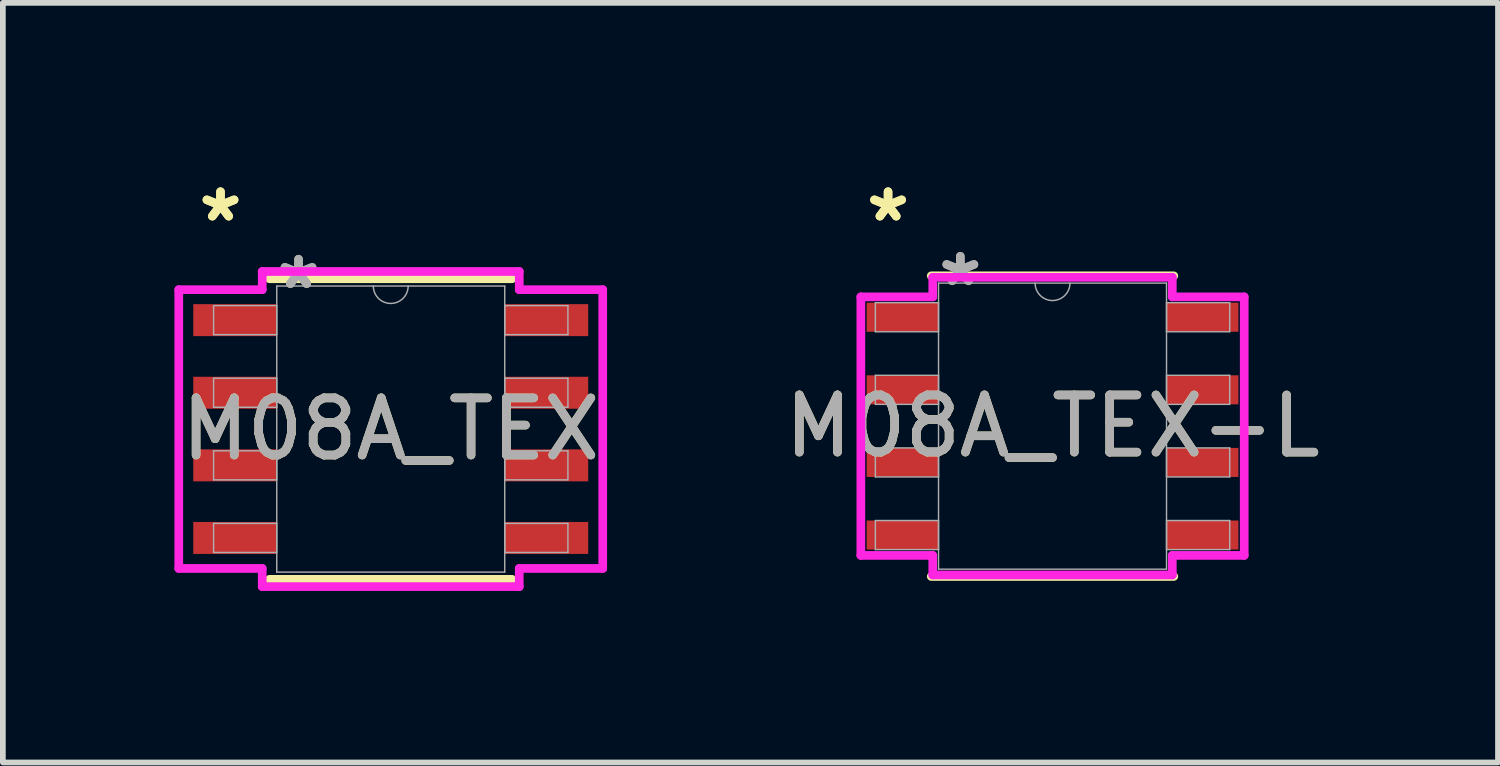
<source format=kicad_pcb>
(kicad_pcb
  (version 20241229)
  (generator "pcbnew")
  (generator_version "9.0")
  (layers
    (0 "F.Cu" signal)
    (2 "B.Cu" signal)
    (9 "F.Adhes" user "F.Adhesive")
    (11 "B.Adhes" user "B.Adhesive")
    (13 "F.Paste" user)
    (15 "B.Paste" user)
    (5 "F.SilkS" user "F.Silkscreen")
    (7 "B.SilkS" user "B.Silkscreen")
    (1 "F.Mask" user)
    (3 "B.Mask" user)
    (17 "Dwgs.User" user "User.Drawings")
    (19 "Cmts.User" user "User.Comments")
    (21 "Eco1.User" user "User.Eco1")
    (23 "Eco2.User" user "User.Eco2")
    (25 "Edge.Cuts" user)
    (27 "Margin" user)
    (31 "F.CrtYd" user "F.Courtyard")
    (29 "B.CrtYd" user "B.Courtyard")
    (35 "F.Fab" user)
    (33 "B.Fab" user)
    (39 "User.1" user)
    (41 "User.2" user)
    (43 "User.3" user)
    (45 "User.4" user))
  (footprint "M08A_TEX-L"
    (layer "F.Cu")
    (at 15.361 4.404)
    (property "Reference" "M08A_TEX-L" (at 0 0 0) (unlocked yes) (layer "F.SilkS") (effects (font (size 1 1) (thickness 0.15))))
    (attr smd)
    (fp_line (start -2.121 2.629) (end 2.121 2.629) (stroke (width 0.152) (type solid)) (layer "F.SilkS"))
    (fp_line (start 2.121 -2.629) (end -2.121 -2.629) (stroke (width 0.152) (type solid)) (layer "F.SilkS"))
    (fp_line (start -3.353 -2.261) (end -2.095 -2.261) (stroke (width 0.152) (type solid)) (layer "F.CrtYd"))
    (fp_line (start -3.353 2.261) (end -3.353 -2.261) (stroke (width 0.152) (type solid)) (layer "F.CrtYd"))
    (fp_line (start -3.353 2.261) (end -2.095 2.261) (stroke (width 0.152) (type solid)) (layer "F.CrtYd"))
    (fp_line (start -2.095 -2.603) (end 2.095 -2.603) (stroke (width 0.152) (type solid)) (layer "F.CrtYd"))
    (fp_line (start -2.095 -2.261) (end -2.095 -2.603) (stroke (width 0.152) (type solid)) (layer "F.CrtYd"))
    (fp_line (start -2.095 2.603) (end -2.095 2.261) (stroke (width 0.152) (type solid)) (layer "F.CrtYd"))
    (fp_line (start 2.095 -2.603) (end 2.095 -2.261) (stroke (width 0.152) (type solid)) (layer "F.CrtYd"))
    (fp_line (start 2.095 2.261) (end 2.095 2.603) (stroke (width 0.152) (type solid)) (layer "F.CrtYd"))
    (fp_line (start 2.095 2.603) (end -2.095 2.603) (stroke (width 0.152) (type solid)) (layer "F.CrtYd"))
    (fp_line (start 3.353 -2.261) (end 2.095 -2.261) (stroke (width 0.152) (type solid)) (layer "F.CrtYd"))
    (fp_line (start 3.353 -2.261) (end 3.353 2.261) (stroke (width 0.152) (type solid)) (layer "F.CrtYd"))
    (fp_line (start 3.353 2.261) (end 2.095 2.261) (stroke (width 0.152) (type solid)) (layer "F.CrtYd"))
    (fp_line (start -3.099 -2.159) (end -3.099 -1.651) (stroke (width 0.025) (type solid)) (layer "F.Fab"))
    (fp_line (start -3.099 -1.651) (end -1.994 -1.651) (stroke (width 0.025) (type solid)) (layer "F.Fab"))
    (fp_line (start -3.099 -0.889) (end -3.099 -0.381) (stroke (width 0.025) (type solid)) (layer "F.Fab"))
    (fp_line (start -3.099 -0.381) (end -1.994 -0.381) (stroke (width 0.025) (type solid)) (layer "F.Fab"))
    (fp_line (start -3.099 0.381) (end -3.099 0.889) (stroke (width 0.025) (type solid)) (layer "F.Fab"))
    (fp_line (start -3.099 0.889) (end -1.994 0.889) (stroke (width 0.025) (type solid)) (layer "F.Fab"))
    (fp_line (start -3.099 1.651) (end -3.099 2.159) (stroke (width 0.025) (type solid)) (layer "F.Fab"))
    (fp_line (start -3.099 2.159) (end -1.994 2.159) (stroke (width 0.025) (type solid)) (layer "F.Fab"))
    (fp_line (start -1.994 -2.502) (end -1.994 2.502) (stroke (width 0.025) (type solid)) (layer "F.Fab"))
    (fp_line (start -1.994 -2.159) (end -3.099 -2.159) (stroke (width 0.025) (type solid)) (layer "F.Fab"))
    (fp_line (start -1.994 -1.651) (end -1.994 -2.159) (stroke (width 0.025) (type solid)) (layer "F.Fab"))
    (fp_line (start -1.994 -0.889) (end -3.099 -0.889) (stroke (width 0.025) (type solid)) (layer "F.Fab"))
    (fp_line (start -1.994 -0.381) (end -1.994 -0.889) (stroke (width 0.025) (type solid)) (layer "F.Fab"))
    (fp_line (start -1.994 0.381) (end -3.099 0.381) (stroke (width 0.025) (type solid)) (layer "F.Fab"))
    (fp_line (start -1.994 0.889) (end -1.994 0.381) (stroke (width 0.025) (type solid)) (layer "F.Fab"))
    (fp_line (start -1.994 1.651) (end -3.099 1.651) (stroke (width 0.025) (type solid)) (layer "F.Fab"))
    (fp_line (start -1.994 2.159) (end -1.994 1.651) (stroke (width 0.025) (type solid)) (layer "F.Fab"))
    (fp_line (start -1.994 2.502) (end 1.994 2.502) (stroke (width 0.025) (type solid)) (layer "F.Fab"))
    (fp_line (start 1.994 -2.502) (end -1.994 -2.502) (stroke (width 0.025) (type solid)) (layer "F.Fab"))
    (fp_line (start 1.994 -2.159) (end 1.994 -1.651) (stroke (width 0.025) (type solid)) (layer "F.Fab"))
    (fp_line (start 1.994 -1.651) (end 3.099 -1.651) (stroke (width 0.025) (type solid)) (layer "F.Fab"))
    (fp_line (start 1.994 -0.889) (end 1.994 -0.381) (stroke (width 0.025) (type solid)) (layer "F.Fab"))
    (fp_line (start 1.994 -0.381) (end 3.099 -0.381) (stroke (width 0.025) (type solid)) (layer "F.Fab"))
    (fp_line (start 1.994 0.381) (end 1.994 0.889) (stroke (width 0.025) (type solid)) (layer "F.Fab"))
    (fp_line (start 1.994 0.889) (end 3.099 0.889) (stroke (width 0.025) (type solid)) (layer "F.Fab"))
    (fp_line (start 1.994 1.651) (end 1.994 2.159) (stroke (width 0.025) (type solid)) (layer "F.Fab"))
    (fp_line (start 1.994 2.159) (end 3.099 2.159) (stroke (width 0.025) (type solid)) (layer "F.Fab"))
    (fp_line (start 1.994 2.502) (end 1.994 -2.502) (stroke (width 0.025) (type solid)) (layer "F.Fab"))
    (fp_line (start 3.099 -2.159) (end 1.994 -2.159) (stroke (width 0.025) (type solid)) (layer "F.Fab"))
    (fp_line (start 3.099 -1.651) (end 3.099 -2.159) (stroke (width 0.025) (type solid)) (layer "F.Fab"))
    (fp_line (start 3.099 -0.889) (end 1.994 -0.889) (stroke (width 0.025) (type solid)) (layer "F.Fab"))
    (fp_line (start 3.099 -0.381) (end 3.099 -0.889) (stroke (width 0.025) (type solid)) (layer "F.Fab"))
    (fp_line (start 3.099 0.381) (end 1.994 0.381) (stroke (width 0.025) (type solid)) (layer "F.Fab"))
    (fp_line (start 3.099 0.889) (end 3.099 0.381) (stroke (width 0.025) (type solid)) (layer "F.Fab"))
    (fp_line (start 3.099 1.651) (end 1.994 1.651) (stroke (width 0.025) (type solid)) (layer "F.Fab"))
    (fp_line (start 3.099 2.159) (end 3.099 1.651) (stroke (width 0.025) (type solid)) (layer "F.Fab"))
    (fp_arc (start 0.3048 -2.5019) (mid 0 -2.1971) (end -0.3048 -2.5019) (stroke (width 0.0254) (type solid)) (layer "F.Fab"))
    (fp_text user "*" (at -2.877 -3.556 0) (unlocked yes) (layer "F.SilkS") (effects (font (size 1 1) (thickness 0.15))))
    (fp_text user "*" (at -2.877 -3.556 0) (layer "F.SilkS") (effects (font (size 1 1) (thickness 0.15))))
    (fp_text user "*" (at -1.613 -2.426 0) (unlocked yes) (layer "F.Fab") (effects (font (size 1 1) (thickness 0.15))))
    (fp_text user "*" (at -1.613 -2.426 0) (layer "F.Fab") (effects (font (size 1 1) (thickness 0.15))))
    (fp_text user "${REFERENCE}" (at 0 0 0) (unlocked yes) (layer "F.Fab") (effects (font (size 1 1) (thickness 0.15))))
    (pad "1" smd rect (at -2.623 -1.905) (size 1.257 0.508) (layers "F.Cu" "F.Mask" "F.Paste"))
    (pad "2" smd rect (at -2.623 -0.635) (size 1.257 0.508) (layers "F.Cu" "F.Mask" "F.Paste"))
    (pad "3" smd rect (at -2.623 0.635) (size 1.257 0.508) (layers "F.Cu" "F.Mask" "F.Paste"))
    (pad "4" smd rect (at -2.623 1.905) (size 1.257 0.508) (layers "F.Cu" "F.Mask" "F.Paste"))
    (pad "5" smd rect (at 2.623 1.905) (size 1.257 0.508) (layers "F.Cu" "F.Mask" "F.Paste"))
    (pad "6" smd rect (at 2.623 0.635) (size 1.257 0.508) (layers "F.Cu" "F.Mask" "F.Paste"))
    (pad "7" smd rect (at 2.623 -0.635) (size 1.257 0.508) (layers "F.Cu" "F.Mask" "F.Paste"))
    (pad "8" smd rect (at 2.623 -1.905) (size 1.257 0.508) (layers "F.Cu" "F.Mask" "F.Paste")))
  (footprint "M08A_TEX"
    (layer "F.Cu")
    (at 3.785 4.455)
    (property "Reference" "M08A_TEX" (at 0 0 0) (unlocked yes) (layer "F.SilkS") (effects (font (size 1 1) (thickness 0.15))))
    (attr smd)
    (fp_line (start -2.121 2.629) (end 2.121 2.629) (stroke (width 0.152) (type solid)) (layer "F.SilkS"))
    (fp_line (start 2.121 -2.629) (end -2.121 -2.629) (stroke (width 0.152) (type solid)) (layer "F.SilkS"))
    (fp_line (start -3.708 -2.438) (end -2.248 -2.438) (stroke (width 0.152) (type solid)) (layer "F.CrtYd"))
    (fp_line (start -3.708 2.438) (end -3.708 -2.438) (stroke (width 0.152) (type solid)) (layer "F.CrtYd"))
    (fp_line (start -3.708 2.438) (end -2.248 2.438) (stroke (width 0.152) (type solid)) (layer "F.CrtYd"))
    (fp_line (start -2.248 -2.756) (end 2.248 -2.756) (stroke (width 0.152) (type solid)) (layer "F.CrtYd"))
    (fp_line (start -2.248 -2.438) (end -2.248 -2.756) (stroke (width 0.152) (type solid)) (layer "F.CrtYd"))
    (fp_line (start -2.248 2.756) (end -2.248 2.438) (stroke (width 0.152) (type solid)) (layer "F.CrtYd"))
    (fp_line (start 2.248 -2.756) (end 2.248 -2.438) (stroke (width 0.152) (type solid)) (layer "F.CrtYd"))
    (fp_line (start 2.248 2.438) (end 2.248 2.756) (stroke (width 0.152) (type solid)) (layer "F.CrtYd"))
    (fp_line (start 2.248 2.756) (end -2.248 2.756) (stroke (width 0.152) (type solid)) (layer "F.CrtYd"))
    (fp_line (start 3.708 -2.438) (end 2.248 -2.438) (stroke (width 0.152) (type solid)) (layer "F.CrtYd"))
    (fp_line (start 3.708 -2.438) (end 3.708 2.438) (stroke (width 0.152) (type solid)) (layer "F.CrtYd"))
    (fp_line (start 3.708 2.438) (end 2.248 2.438) (stroke (width 0.152) (type solid)) (layer "F.CrtYd"))
    (fp_line (start -3.099 -2.159) (end -3.099 -1.651) (stroke (width 0.025) (type solid)) (layer "F.Fab"))
    (fp_line (start -3.099 -1.651) (end -1.994 -1.651) (stroke (width 0.025) (type solid)) (layer "F.Fab"))
    (fp_line (start -3.099 -0.889) (end -3.099 -0.381) (stroke (width 0.025) (type solid)) (layer "F.Fab"))
    (fp_line (start -3.099 -0.381) (end -1.994 -0.381) (stroke (width 0.025) (type solid)) (layer "F.Fab"))
    (fp_line (start -3.099 0.381) (end -3.099 0.889) (stroke (width 0.025) (type solid)) (layer "F.Fab"))
    (fp_line (start -3.099 0.889) (end -1.994 0.889) (stroke (width 0.025) (type solid)) (layer "F.Fab"))
    (fp_line (start -3.099 1.651) (end -3.099 2.159) (stroke (width 0.025) (type solid)) (layer "F.Fab"))
    (fp_line (start -3.099 2.159) (end -1.994 2.159) (stroke (width 0.025) (type solid)) (layer "F.Fab"))
    (fp_line (start -1.994 -2.502) (end -1.994 2.502) (stroke (width 0.025) (type solid)) (layer "F.Fab"))
    (fp_line (start -1.994 -2.159) (end -3.099 -2.159) (stroke (width 0.025) (type solid)) (layer "F.Fab"))
    (fp_line (start -1.994 -1.651) (end -1.994 -2.159) (stroke (width 0.025) (type solid)) (layer "F.Fab"))
    (fp_line (start -1.994 -0.889) (end -3.099 -0.889) (stroke (width 0.025) (type solid)) (layer "F.Fab"))
    (fp_line (start -1.994 -0.381) (end -1.994 -0.889) (stroke (width 0.025) (type solid)) (layer "F.Fab"))
    (fp_line (start -1.994 0.381) (end -3.099 0.381) (stroke (width 0.025) (type solid)) (layer "F.Fab"))
    (fp_line (start -1.994 0.889) (end -1.994 0.381) (stroke (width 0.025) (type solid)) (layer "F.Fab"))
    (fp_line (start -1.994 1.651) (end -3.099 1.651) (stroke (width 0.025) (type solid)) (layer "F.Fab"))
    (fp_line (start -1.994 2.159) (end -1.994 1.651) (stroke (width 0.025) (type solid)) (layer "F.Fab"))
    (fp_line (start -1.994 2.502) (end 1.994 2.502) (stroke (width 0.025) (type solid)) (layer "F.Fab"))
    (fp_line (start 1.994 -2.502) (end -1.994 -2.502) (stroke (width 0.025) (type solid)) (layer "F.Fab"))
    (fp_line (start 1.994 -2.159) (end 1.994 -1.651) (stroke (width 0.025) (type solid)) (layer "F.Fab"))
    (fp_line (start 1.994 -1.651) (end 3.099 -1.651) (stroke (width 0.025) (type solid)) (layer "F.Fab"))
    (fp_line (start 1.994 -0.889) (end 1.994 -0.381) (stroke (width 0.025) (type solid)) (layer "F.Fab"))
    (fp_line (start 1.994 -0.381) (end 3.099 -0.381) (stroke (width 0.025) (type solid)) (layer "F.Fab"))
    (fp_line (start 1.994 0.381) (end 1.994 0.889) (stroke (width 0.025) (type solid)) (layer "F.Fab"))
    (fp_line (start 1.994 0.889) (end 3.099 0.889) (stroke (width 0.025) (type solid)) (layer "F.Fab"))
    (fp_line (start 1.994 1.651) (end 1.994 2.159) (stroke (width 0.025) (type solid)) (layer "F.Fab"))
    (fp_line (start 1.994 2.159) (end 3.099 2.159) (stroke (width 0.025) (type solid)) (layer "F.Fab"))
    (fp_line (start 1.994 2.502) (end 1.994 -2.502) (stroke (width 0.025) (type solid)) (layer "F.Fab"))
    (fp_line (start 3.099 -2.159) (end 1.994 -2.159) (stroke (width 0.025) (type solid)) (layer "F.Fab"))
    (fp_line (start 3.099 -1.651) (end 3.099 -2.159) (stroke (width 0.025) (type solid)) (layer "F.Fab"))
    (fp_line (start 3.099 -0.889) (end 1.994 -0.889) (stroke (width 0.025) (type solid)) (layer "F.Fab"))
    (fp_line (start 3.099 -0.381) (end 3.099 -0.889) (stroke (width 0.025) (type solid)) (layer "F.Fab"))
    (fp_line (start 3.099 0.381) (end 1.994 0.381) (stroke (width 0.025) (type solid)) (layer "F.Fab"))
    (fp_line (start 3.099 0.889) (end 3.099 0.381) (stroke (width 0.025) (type solid)) (layer "F.Fab"))
    (fp_line (start 3.099 1.651) (end 1.994 1.651) (stroke (width 0.025) (type solid)) (layer "F.Fab"))
    (fp_line (start 3.099 2.159) (end 3.099 1.651) (stroke (width 0.025) (type solid)) (layer "F.Fab"))
    (fp_arc (start 0.3048 -2.5019) (mid 0 -2.1971) (end -0.3048 -2.5019) (stroke (width 0.0254) (type solid)) (layer "F.Fab"))
    (fp_text user "*" (at -2.978 -3.607 0) (layer "F.SilkS") (effects (font (size 1 1) (thickness 0.15))))
    (fp_text user "*" (at -2.978 -3.607 0) (unlocked yes) (layer "F.SilkS") (effects (font (size 1 1) (thickness 0.15))))
    (fp_text user "*" (at -1.613 -2.426 0) (unlocked yes) (layer "F.Fab") (effects (font (size 1 1) (thickness 0.15))))
    (fp_text user "${REFERENCE}" (at 0 0 0) (unlocked yes) (layer "F.Fab") (effects (font (size 1 1) (thickness 0.15))))
    (fp_text user "*" (at -1.613 -2.426 0) (layer "F.Fab") (effects (font (size 1 1) (thickness 0.15))))
    (pad "1" smd rect (at -2.724 -1.905) (size 1.46 0.559) (layers "F.Cu" "F.Mask" "F.Paste"))
    (pad "2" smd rect (at -2.724 -0.635) (size 1.46 0.559) (layers "F.Cu" "F.Mask" "F.Paste"))
    (pad "3" smd rect (at -2.724 0.635) (size 1.46 0.559) (layers "F.Cu" "F.Mask" "F.Paste"))
    (pad "4" smd rect (at -2.724 1.905) (size 1.46 0.559) (layers "F.Cu" "F.Mask" "F.Paste"))
    (pad "5" smd rect (at 2.724 1.905) (size 1.46 0.559) (layers "F.Cu" "F.Mask" "F.Paste"))
    (pad "6" smd rect (at 2.724 0.635) (size 1.46 0.559) (layers "F.Cu" "F.Mask" "F.Paste"))
    (pad "7" smd rect (at 2.724 -0.635) (size 1.46 0.559) (layers "F.Cu" "F.Mask" "F.Paste"))
    (pad "8" smd rect (at 2.724 -1.905) (size 1.46 0.559) (layers "F.Cu" "F.Mask" "F.Paste")))
  (gr_rect
    (start -3 -3)
    (end 23.153 10.287)
    (stroke (width 0.1) (type default))
    (fill no)
    (layer "Edge.Cuts")))
</source>
